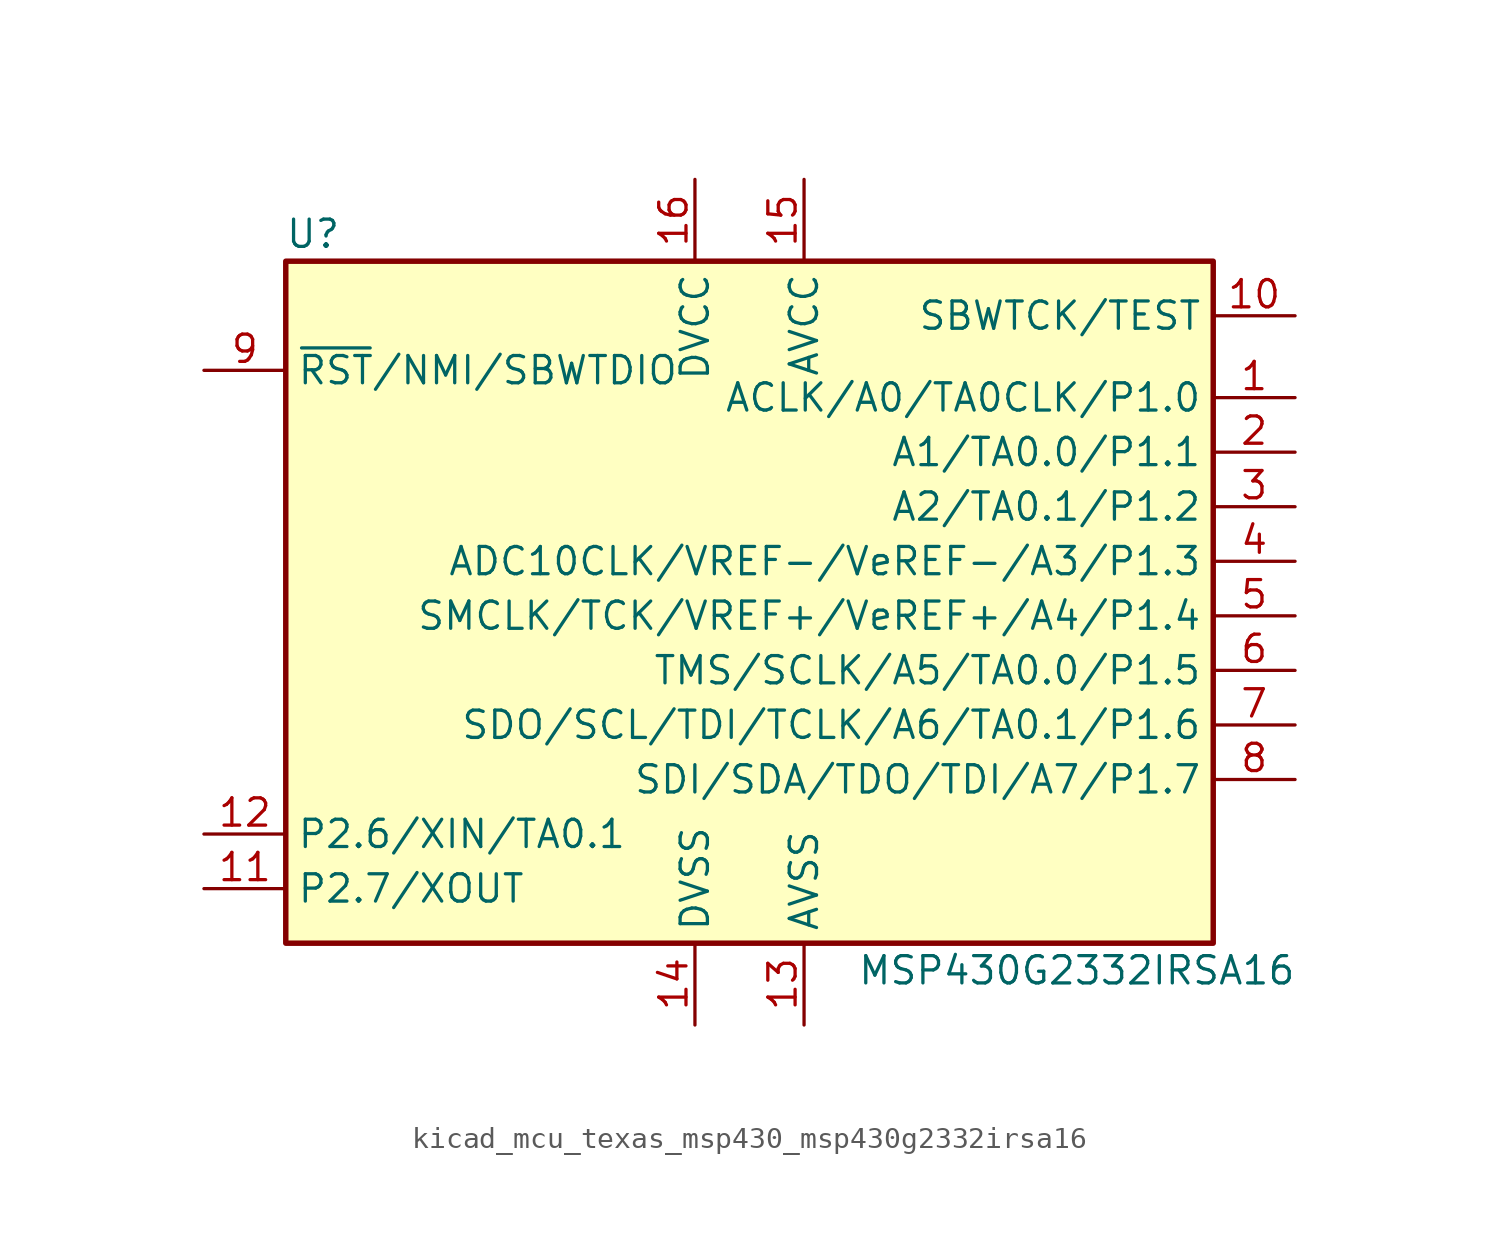
<source format=kicad_sym>
(kicad_symbol_lib
  (version 20220914)
  (generator kicad_symbol_editor)
  (symbol "kicad_mcu_texas_msp430_msp430g2332irsa16"
    (property "Reference" "U"
      (at -20.32 17.78 0)
      (effects (font (size 1.27 1.27))))
    (property "Value" "MSP430G2332IRSA16"
      (at 15.24 -16.51 0)
      (effects (font (size 1.27 1.27))))
    (symbol "kicad_mcu_texas_msp430_msp430g2332irsa16_0_1"
      (rectangle (start -21.59 16.51) (end 21.59 -15.24) (stroke (width 0.254) (type default)) (fill (type background))))
    (symbol "kicad_mcu_texas_msp430_msp430g2332irsa16_1_1"
      (pin bidirectional line (at 25.4 10.16 180) (length 3.81) (name "ACLK/A0/TA0CLK/P1.0" (effects (font (size 1.27 1.27)))) (number "1" (effects (font (size 1.27 1.27)))))
      (pin input line (at 25.4 13.97 180) (length 3.81) (name "SBWTCK/TEST" (effects (font (size 1.27 1.27)))) (number "10" (effects (font (size 1.27 1.27)))))
      (pin bidirectional line (at -25.4 -12.7 0) (length 3.81) (name "P2.7/XOUT" (effects (font (size 1.27 1.27)))) (number "11" (effects (font (size 1.27 1.27)))))
      (pin bidirectional line (at -25.4 -10.16 0) (length 3.81) (name "P2.6/XIN/TA0.1" (effects (font (size 1.27 1.27)))) (number "12" (effects (font (size 1.27 1.27)))))
      (pin power_in line (at 2.54 -19.05 90) (length 3.81) (name "AVSS" (effects (font (size 1.27 1.27)))) (number "13" (effects (font (size 1.27 1.27)))))
      (pin power_in line (at -2.54 -19.05 90) (length 3.81) (name "DVSS" (effects (font (size 1.27 1.27)))) (number "14" (effects (font (size 1.27 1.27)))))
      (pin power_in line (at 2.54 20.32 270) (length 3.81) (name "AVCC" (effects (font (size 1.27 1.27)))) (number "15" (effects (font (size 1.27 1.27)))))
      (pin power_in line (at -2.54 20.32 270) (length 3.81) (name "DVCC" (effects (font (size 1.27 1.27)))) (number "16" (effects (font (size 1.27 1.27)))))
      (pin bidirectional line (at 25.4 7.62 180) (length 3.81) (name "A1/TA0.0/P1.1" (effects (font (size 1.27 1.27)))) (number "2" (effects (font (size 1.27 1.27)))))
      (pin bidirectional line (at 25.4 5.08 180) (length 3.81) (name "A2/TA0.1/P1.2" (effects (font (size 1.27 1.27)))) (number "3" (effects (font (size 1.27 1.27)))))
      (pin bidirectional line (at 25.4 2.54 180) (length 3.81) (name "ADC10CLK/VREF-/VeREF-/A3/P1.3" (effects (font (size 1.27 1.27)))) (number "4" (effects (font (size 1.27 1.27)))))
      (pin bidirectional line (at 25.4 0 180) (length 3.81) (name "SMCLK/TCK/VREF+/VeREF+/A4/P1.4" (effects (font (size 1.27 1.27)))) (number "5" (effects (font (size 1.27 1.27)))))
      (pin bidirectional line (at 25.4 -2.54 180) (length 3.81) (name "TMS/SCLK/A5/TA0.0/P1.5" (effects (font (size 1.27 1.27)))) (number "6" (effects (font (size 1.27 1.27)))))
      (pin bidirectional line (at 25.4 -5.08 180) (length 3.81) (name "SDO/SCL/TDI/TCLK/A6/TA0.1/P1.6" (effects (font (size 1.27 1.27)))) (number "7" (effects (font (size 1.27 1.27)))))
      (pin bidirectional line (at 25.4 -7.62 180) (length 3.81) (name "SDI/SDA/TDO/TDI/A7/P1.7" (effects (font (size 1.27 1.27)))) (number "8" (effects (font (size 1.27 1.27)))))
      (pin input line (at -25.4 11.43 0) (length 3.81) (name "~{RST}/NMI/SBWTDIO" (effects (font (size 1.27 1.27)))) (number "9" (effects (font (size 1.27 1.27))))))))
</source>
